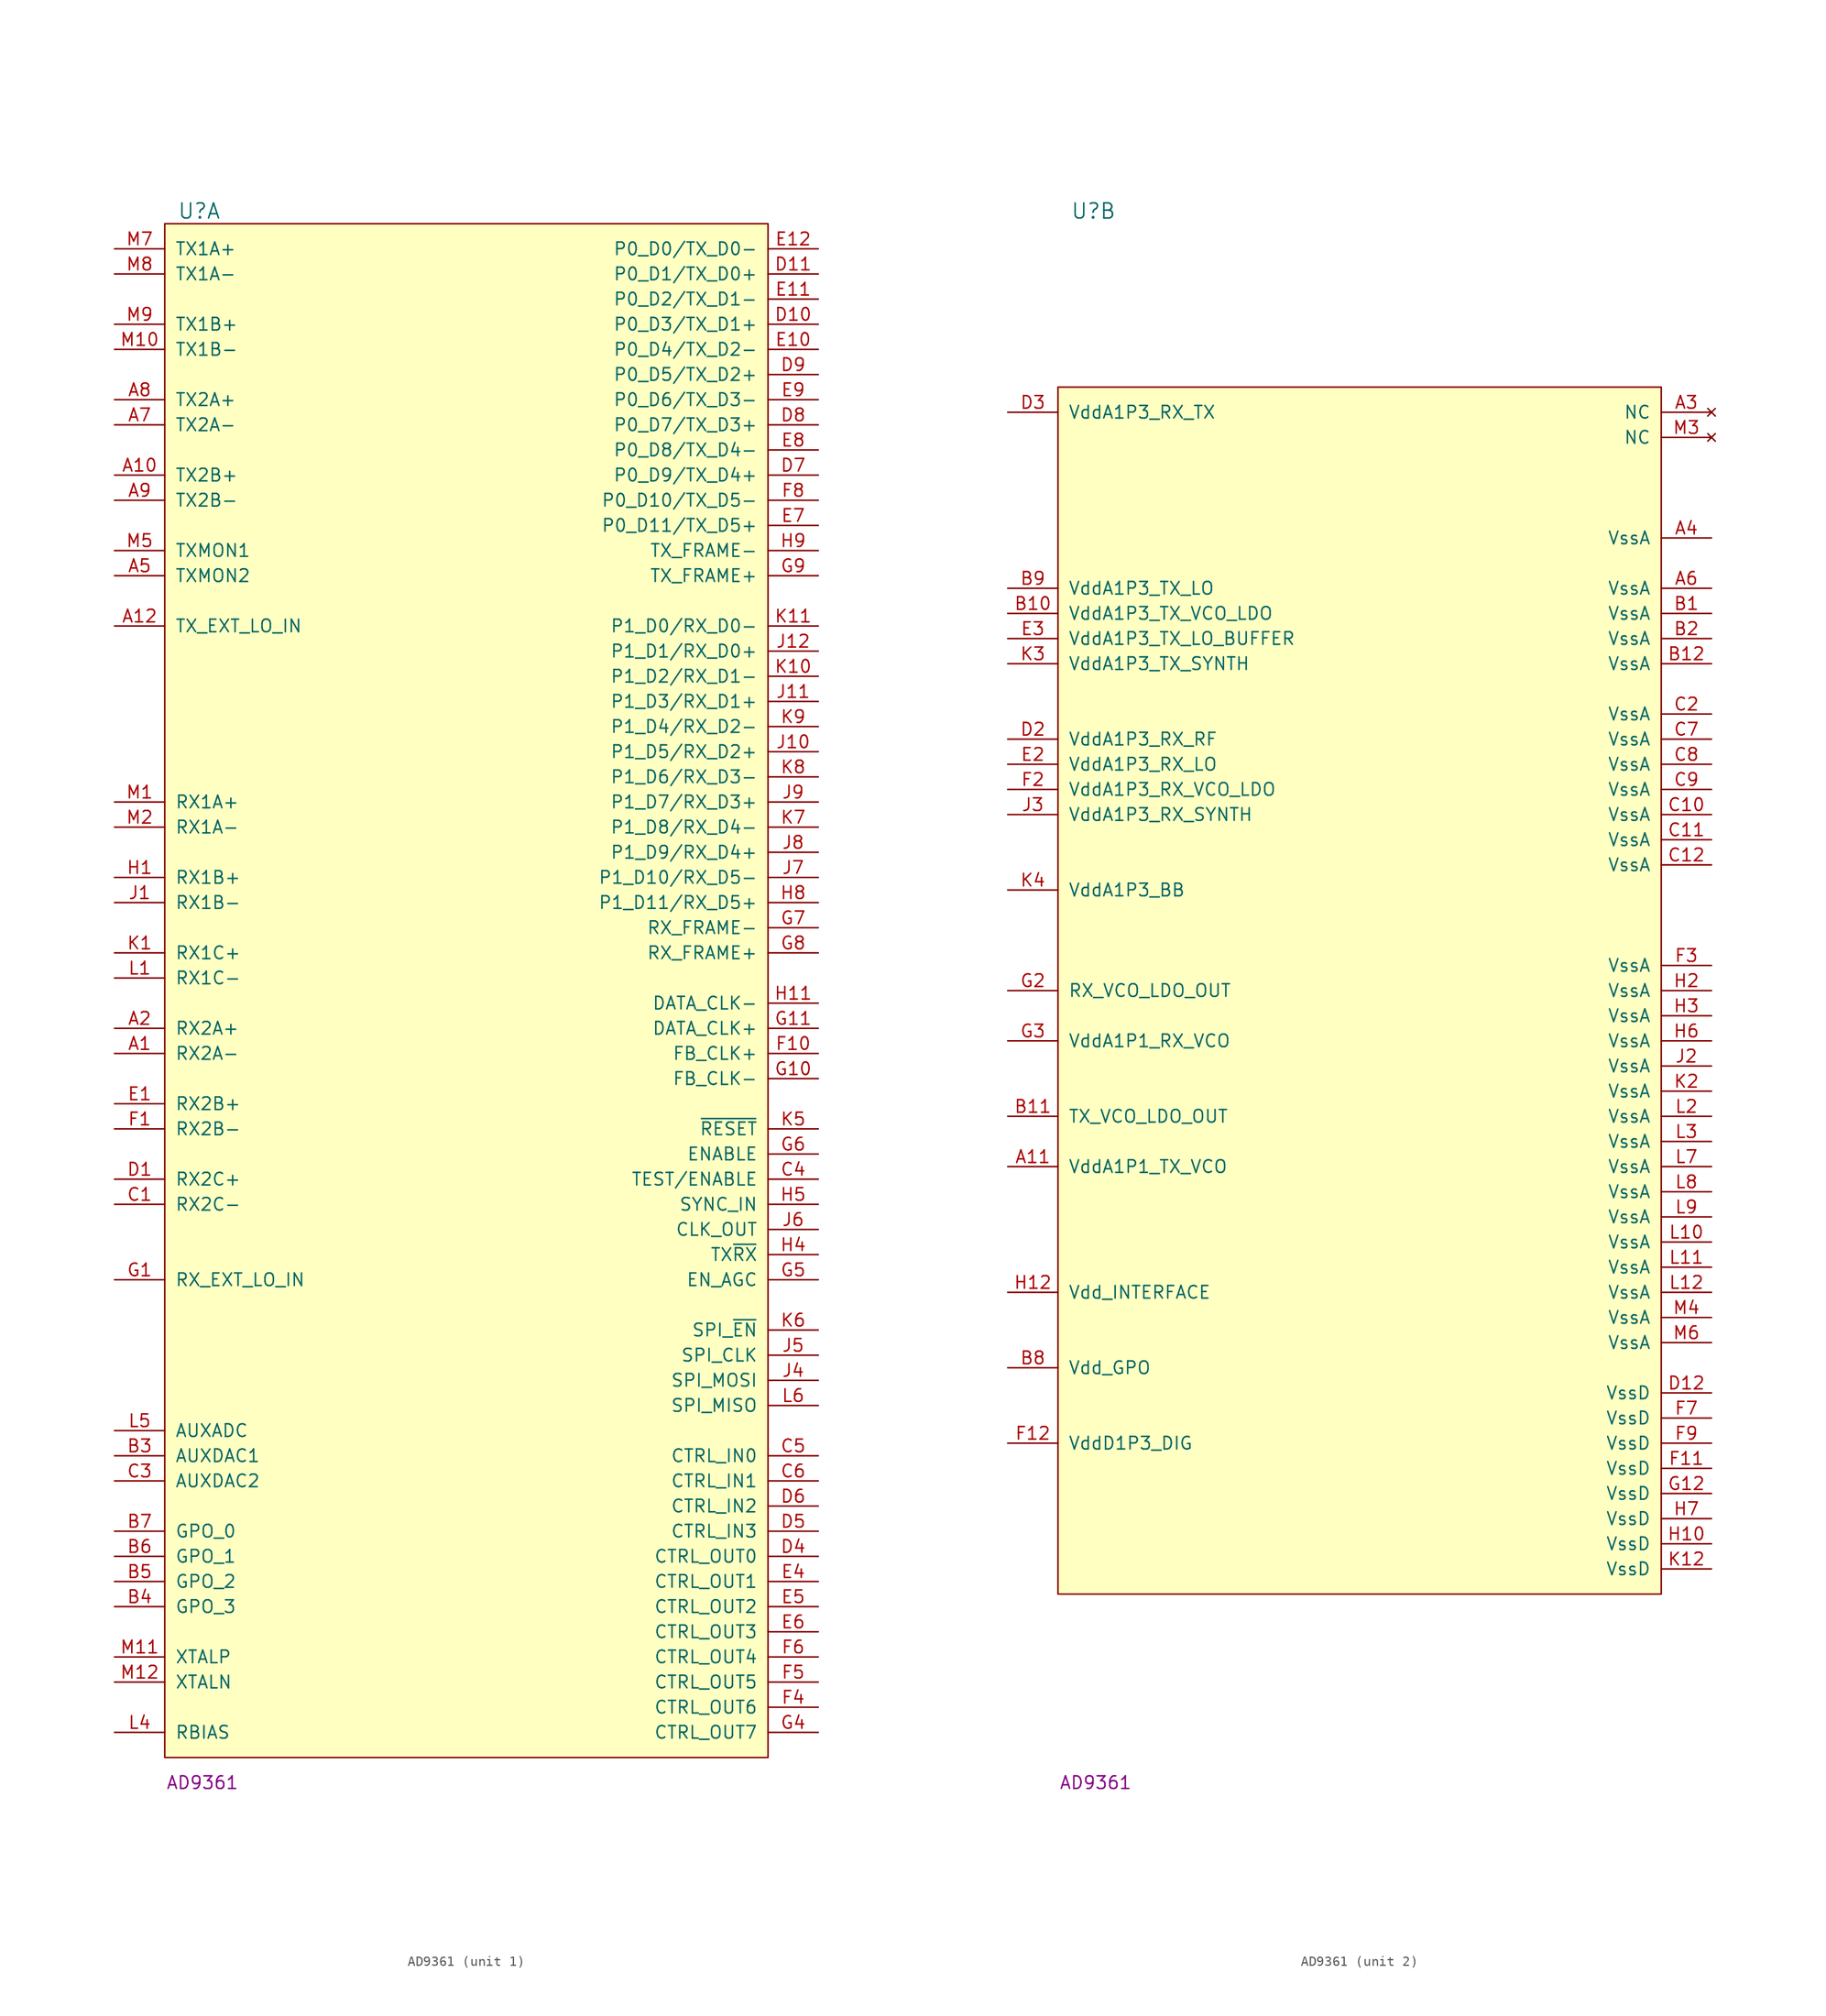
<source format=kicad_sym>
(kicad_symbol_lib
  (version 20211014)
  (generator kicad_symbol_editor)
  (symbol "AD9361"
    (pin_names
      (offset 1.016))
    (property "Reference" "U"
      (at -29.21 78.74 0)
      (effects (font (size 1.524 1.524)) (justify left)))
    (property "Displayed Value" "AD9361"
      (at -26.67 -80.01 0)
      (effects (font (size 1.27 1.27))))
    (property "ki_locked" ""
      (at 0 0 0)
      (effects (font (size 1.27 1.27))))
    (symbol "AD9361_1_1"
      (rectangle (start -30.48 77.47) (end 30.48 -77.47) (stroke (width 0) (type default) (color 0 0 0 0)) (fill (type background)))
      (pin input line (at -35.56 -6.35 0) (length 5.08) (name "RX2A-" (effects (font (size 1.27 1.27)))) (number "A1" (effects (font (size 1.27 1.27)))))
      (pin output line (at -35.56 52.07 0) (length 5.08) (name "TX2B+" (effects (font (size 1.27 1.27)))) (number "A10" (effects (font (size 1.27 1.27)))))
      (pin input line (at -35.56 36.83 0) (length 5.08) (name "TX_EXT_LO_IN" (effects (font (size 1.27 1.27)))) (number "A12" (effects (font (size 1.27 1.27)))))
      (pin input line (at -35.56 -3.81 0) (length 5.08) (name "RX2A+" (effects (font (size 1.27 1.27)))) (number "A2" (effects (font (size 1.27 1.27)))))
      (pin input line (at -35.56 41.91 0) (length 5.08) (name "TXMON2" (effects (font (size 1.27 1.27)))) (number "A5" (effects (font (size 1.27 1.27)))))
      (pin output line (at -35.56 57.15 0) (length 5.08) (name "TX2A-" (effects (font (size 1.27 1.27)))) (number "A7" (effects (font (size 1.27 1.27)))))
      (pin output line (at -35.56 59.69 0) (length 5.08) (name "TX2A+" (effects (font (size 1.27 1.27)))) (number "A8" (effects (font (size 1.27 1.27)))))
      (pin output line (at -35.56 49.53 0) (length 5.08) (name "TX2B-" (effects (font (size 1.27 1.27)))) (number "A9" (effects (font (size 1.27 1.27)))))
      (pin output line (at -35.56 -46.99 0) (length 5.08) (name "AUXDAC1" (effects (font (size 1.27 1.27)))) (number "B3" (effects (font (size 1.27 1.27)))))
      (pin output line (at -35.56 -62.23 0) (length 5.08) (name "GPO_3" (effects (font (size 1.27 1.27)))) (number "B4" (effects (font (size 1.27 1.27)))))
      (pin output line (at -35.56 -59.69 0) (length 5.08) (name "GPO_2" (effects (font (size 1.27 1.27)))) (number "B5" (effects (font (size 1.27 1.27)))))
      (pin output line (at -35.56 -57.15 0) (length 5.08) (name "GPO_1" (effects (font (size 1.27 1.27)))) (number "B6" (effects (font (size 1.27 1.27)))))
      (pin output line (at -35.56 -54.61 0) (length 5.08) (name "GPO_0" (effects (font (size 1.27 1.27)))) (number "B7" (effects (font (size 1.27 1.27)))))
      (pin input line (at -35.56 -21.59 0) (length 5.08) (name "RX2C-" (effects (font (size 1.27 1.27)))) (number "C1" (effects (font (size 1.27 1.27)))))
      (pin output line (at -35.56 -49.53 0) (length 5.08) (name "AUXDAC2" (effects (font (size 1.27 1.27)))) (number "C3" (effects (font (size 1.27 1.27)))))
      (pin input line (at 35.56 -19.05 180) (length 5.08) (name "TEST/ENABLE" (effects (font (size 1.27 1.27)))) (number "C4" (effects (font (size 1.27 1.27)))))
      (pin input line (at 35.56 -46.99 180) (length 5.08) (name "CTRL_IN0" (effects (font (size 1.27 1.27)))) (number "C5" (effects (font (size 1.27 1.27)))))
      (pin input line (at 35.56 -49.53 180) (length 5.08) (name "CTRL_IN1" (effects (font (size 1.27 1.27)))) (number "C6" (effects (font (size 1.27 1.27)))))
      (pin input line (at -35.56 -19.05 0) (length 5.08) (name "RX2C+" (effects (font (size 1.27 1.27)))) (number "D1" (effects (font (size 1.27 1.27)))))
      (pin bidirectional line (at 35.56 67.31 180) (length 5.08) (name "P0_D3/TX_D1+" (effects (font (size 1.27 1.27)))) (number "D10" (effects (font (size 1.27 1.27)))))
      (pin bidirectional line (at 35.56 72.39 180) (length 5.08) (name "P0_D1/TX_D0+" (effects (font (size 1.27 1.27)))) (number "D11" (effects (font (size 1.27 1.27)))))
      (pin output line (at 35.56 -57.15 180) (length 5.08) (name "CTRL_OUT0" (effects (font (size 1.27 1.27)))) (number "D4" (effects (font (size 1.27 1.27)))))
      (pin input line (at 35.56 -54.61 180) (length 5.08) (name "CTRL_IN3" (effects (font (size 1.27 1.27)))) (number "D5" (effects (font (size 1.27 1.27)))))
      (pin input line (at 35.56 -52.07 180) (length 5.08) (name "CTRL_IN2" (effects (font (size 1.27 1.27)))) (number "D6" (effects (font (size 1.27 1.27)))))
      (pin bidirectional line (at 35.56 52.07 180) (length 5.08) (name "P0_D9/TX_D4+" (effects (font (size 1.27 1.27)))) (number "D7" (effects (font (size 1.27 1.27)))))
      (pin bidirectional line (at 35.56 57.15 180) (length 5.08) (name "P0_D7/TX_D3+" (effects (font (size 1.27 1.27)))) (number "D8" (effects (font (size 1.27 1.27)))))
      (pin bidirectional line (at 35.56 62.23 180) (length 5.08) (name "P0_D5/TX_D2+" (effects (font (size 1.27 1.27)))) (number "D9" (effects (font (size 1.27 1.27)))))
      (pin input line (at -35.56 -11.43 0) (length 5.08) (name "RX2B+" (effects (font (size 1.27 1.27)))) (number "E1" (effects (font (size 1.27 1.27)))))
      (pin bidirectional line (at 35.56 64.77 180) (length 5.08) (name "P0_D4/TX_D2-" (effects (font (size 1.27 1.27)))) (number "E10" (effects (font (size 1.27 1.27)))))
      (pin bidirectional line (at 35.56 69.85 180) (length 5.08) (name "P0_D2/TX_D1-" (effects (font (size 1.27 1.27)))) (number "E11" (effects (font (size 1.27 1.27)))))
      (pin bidirectional line (at 35.56 74.93 180) (length 5.08) (name "P0_D0/TX_D0-" (effects (font (size 1.27 1.27)))) (number "E12" (effects (font (size 1.27 1.27)))))
      (pin output line (at 35.56 -59.69 180) (length 5.08) (name "CTRL_OUT1" (effects (font (size 1.27 1.27)))) (number "E4" (effects (font (size 1.27 1.27)))))
      (pin output line (at 35.56 -62.23 180) (length 5.08) (name "CTRL_OUT2" (effects (font (size 1.27 1.27)))) (number "E5" (effects (font (size 1.27 1.27)))))
      (pin output line (at 35.56 -64.77 180) (length 5.08) (name "CTRL_OUT3" (effects (font (size 1.27 1.27)))) (number "E6" (effects (font (size 1.27 1.27)))))
      (pin bidirectional line (at 35.56 46.99 180) (length 5.08) (name "P0_D11/TX_D5+" (effects (font (size 1.27 1.27)))) (number "E7" (effects (font (size 1.27 1.27)))))
      (pin bidirectional line (at 35.56 54.61 180) (length 5.08) (name "P0_D8/TX_D4-" (effects (font (size 1.27 1.27)))) (number "E8" (effects (font (size 1.27 1.27)))))
      (pin bidirectional line (at 35.56 59.69 180) (length 5.08) (name "P0_D6/TX_D3-" (effects (font (size 1.27 1.27)))) (number "E9" (effects (font (size 1.27 1.27)))))
      (pin input line (at -35.56 -13.97 0) (length 5.08) (name "RX2B-" (effects (font (size 1.27 1.27)))) (number "F1" (effects (font (size 1.27 1.27)))))
      (pin input line (at 35.56 -6.35 180) (length 5.08) (name "FB_CLK+" (effects (font (size 1.27 1.27)))) (number "F10" (effects (font (size 1.27 1.27)))))
      (pin output line (at 35.56 -72.39 180) (length 5.08) (name "CTRL_OUT6" (effects (font (size 1.27 1.27)))) (number "F4" (effects (font (size 1.27 1.27)))))
      (pin output line (at 35.56 -69.85 180) (length 5.08) (name "CTRL_OUT5" (effects (font (size 1.27 1.27)))) (number "F5" (effects (font (size 1.27 1.27)))))
      (pin output line (at 35.56 -67.31 180) (length 5.08) (name "CTRL_OUT4" (effects (font (size 1.27 1.27)))) (number "F6" (effects (font (size 1.27 1.27)))))
      (pin bidirectional line (at 35.56 49.53 180) (length 5.08) (name "P0_D10/TX_D5-" (effects (font (size 1.27 1.27)))) (number "F8" (effects (font (size 1.27 1.27)))))
      (pin input line (at -35.56 -29.21 0) (length 5.08) (name "RX_EXT_LO_IN" (effects (font (size 1.27 1.27)))) (number "G1" (effects (font (size 1.27 1.27)))))
      (pin input line (at 35.56 -8.89 180) (length 5.08) (name "FB_CLK-" (effects (font (size 1.27 1.27)))) (number "G10" (effects (font (size 1.27 1.27)))))
      (pin output line (at 35.56 -3.81 180) (length 5.08) (name "DATA_CLK+" (effects (font (size 1.27 1.27)))) (number "G11" (effects (font (size 1.27 1.27)))))
      (pin output line (at 35.56 -74.93 180) (length 5.08) (name "CTRL_OUT7" (effects (font (size 1.27 1.27)))) (number "G4" (effects (font (size 1.27 1.27)))))
      (pin input line (at 35.56 -29.21 180) (length 5.08) (name "EN_AGC" (effects (font (size 1.27 1.27)))) (number "G5" (effects (font (size 1.27 1.27)))))
      (pin input line (at 35.56 -16.51 180) (length 5.08) (name "ENABLE" (effects (font (size 1.27 1.27)))) (number "G6" (effects (font (size 1.27 1.27)))))
      (pin output line (at 35.56 6.35 180) (length 5.08) (name "RX_FRAME-" (effects (font (size 1.27 1.27)))) (number "G7" (effects (font (size 1.27 1.27)))))
      (pin output line (at 35.56 3.81 180) (length 5.08) (name "RX_FRAME+" (effects (font (size 1.27 1.27)))) (number "G8" (effects (font (size 1.27 1.27)))))
      (pin input line (at 35.56 41.91 180) (length 5.08) (name "TX_FRAME+" (effects (font (size 1.27 1.27)))) (number "G9" (effects (font (size 1.27 1.27)))))
      (pin input line (at -35.56 11.43 0) (length 5.08) (name "RX1B+" (effects (font (size 1.27 1.27)))) (number "H1" (effects (font (size 1.27 1.27)))))
      (pin output line (at 35.56 -1.27 180) (length 5.08) (name "DATA_CLK-" (effects (font (size 1.27 1.27)))) (number "H11" (effects (font (size 1.27 1.27)))))
      (pin output line (at 35.56 -26.67 180) (length 5.08) (name "TX~{RX}" (effects (font (size 1.27 1.27)))) (number "H4" (effects (font (size 1.27 1.27)))))
      (pin input line (at 35.56 -21.59 180) (length 5.08) (name "SYNC_IN" (effects (font (size 1.27 1.27)))) (number "H5" (effects (font (size 1.27 1.27)))))
      (pin bidirectional line (at 35.56 8.89 180) (length 5.08) (name "P1_D11/RX_D5+" (effects (font (size 1.27 1.27)))) (number "H8" (effects (font (size 1.27 1.27)))))
      (pin input line (at 35.56 44.45 180) (length 5.08) (name "TX_FRAME-" (effects (font (size 1.27 1.27)))) (number "H9" (effects (font (size 1.27 1.27)))))
      (pin input line (at -35.56 8.89 0) (length 5.08) (name "RX1B-" (effects (font (size 1.27 1.27)))) (number "J1" (effects (font (size 1.27 1.27)))))
      (pin bidirectional line (at 35.56 24.13 180) (length 5.08) (name "P1_D5/RX_D2+" (effects (font (size 1.27 1.27)))) (number "J10" (effects (font (size 1.27 1.27)))))
      (pin bidirectional line (at 35.56 29.21 180) (length 5.08) (name "P1_D3/RX_D1+" (effects (font (size 1.27 1.27)))) (number "J11" (effects (font (size 1.27 1.27)))))
      (pin bidirectional line (at 35.56 34.29 180) (length 5.08) (name "P1_D1/RX_D0+" (effects (font (size 1.27 1.27)))) (number "J12" (effects (font (size 1.27 1.27)))))
      (pin input line (at 35.56 -39.37 180) (length 5.08) (name "SPI_MOSI" (effects (font (size 1.27 1.27)))) (number "J4" (effects (font (size 1.27 1.27)))))
      (pin input line (at 35.56 -36.83 180) (length 5.08) (name "SPI_CLK" (effects (font (size 1.27 1.27)))) (number "J5" (effects (font (size 1.27 1.27)))))
      (pin output line (at 35.56 -24.13 180) (length 5.08) (name "CLK_OUT" (effects (font (size 1.27 1.27)))) (number "J6" (effects (font (size 1.27 1.27)))))
      (pin bidirectional line (at 35.56 11.43 180) (length 5.08) (name "P1_D10/RX_D5-" (effects (font (size 1.27 1.27)))) (number "J7" (effects (font (size 1.27 1.27)))))
      (pin bidirectional line (at 35.56 13.97 180) (length 5.08) (name "P1_D9/RX_D4+" (effects (font (size 1.27 1.27)))) (number "J8" (effects (font (size 1.27 1.27)))))
      (pin bidirectional line (at 35.56 19.05 180) (length 5.08) (name "P1_D7/RX_D3+" (effects (font (size 1.27 1.27)))) (number "J9" (effects (font (size 1.27 1.27)))))
      (pin input line (at -35.56 3.81 0) (length 5.08) (name "RX1C+" (effects (font (size 1.27 1.27)))) (number "K1" (effects (font (size 1.27 1.27)))))
      (pin bidirectional line (at 35.56 31.75 180) (length 5.08) (name "P1_D2/RX_D1-" (effects (font (size 1.27 1.27)))) (number "K10" (effects (font (size 1.27 1.27)))))
      (pin bidirectional line (at 35.56 36.83 180) (length 5.08) (name "P1_D0/RX_D0-" (effects (font (size 1.27 1.27)))) (number "K11" (effects (font (size 1.27 1.27)))))
      (pin input line (at 35.56 -13.97 180) (length 5.08) (name "~{RESET}" (effects (font (size 1.27 1.27)))) (number "K5" (effects (font (size 1.27 1.27)))))
      (pin input line (at 35.56 -34.29 180) (length 5.08) (name "SPI_~{EN}" (effects (font (size 1.27 1.27)))) (number "K6" (effects (font (size 1.27 1.27)))))
      (pin bidirectional line (at 35.56 16.51 180) (length 5.08) (name "P1_D8/RX_D4-" (effects (font (size 1.27 1.27)))) (number "K7" (effects (font (size 1.27 1.27)))))
      (pin bidirectional line (at 35.56 21.59 180) (length 5.08) (name "P1_D6/RX_D3-" (effects (font (size 1.27 1.27)))) (number "K8" (effects (font (size 1.27 1.27)))))
      (pin bidirectional line (at 35.56 26.67 180) (length 5.08) (name "P1_D4/RX_D2-" (effects (font (size 1.27 1.27)))) (number "K9" (effects (font (size 1.27 1.27)))))
      (pin input line (at -35.56 1.27 0) (length 5.08) (name "RX1C-" (effects (font (size 1.27 1.27)))) (number "L1" (effects (font (size 1.27 1.27)))))
      (pin bidirectional line (at -35.56 -74.93 0) (length 5.08) (name "RBIAS" (effects (font (size 1.27 1.27)))) (number "L4" (effects (font (size 1.27 1.27)))))
      (pin input line (at -35.56 -44.45 0) (length 5.08) (name "AUXADC" (effects (font (size 1.27 1.27)))) (number "L5" (effects (font (size 1.27 1.27)))))
      (pin output line (at 35.56 -41.91 180) (length 5.08) (name "SPI_MISO" (effects (font (size 1.27 1.27)))) (number "L6" (effects (font (size 1.27 1.27)))))
      (pin input line (at -35.56 19.05 0) (length 5.08) (name "RX1A+" (effects (font (size 1.27 1.27)))) (number "M1" (effects (font (size 1.27 1.27)))))
      (pin output line (at -35.56 64.77 0) (length 5.08) (name "TX1B-" (effects (font (size 1.27 1.27)))) (number "M10" (effects (font (size 1.27 1.27)))))
      (pin bidirectional line (at -35.56 -67.31 0) (length 5.08) (name "XTALP" (effects (font (size 1.27 1.27)))) (number "M11" (effects (font (size 1.27 1.27)))))
      (pin bidirectional line (at -35.56 -69.85 0) (length 5.08) (name "XTALN" (effects (font (size 1.27 1.27)))) (number "M12" (effects (font (size 1.27 1.27)))))
      (pin input line (at -35.56 16.51 0) (length 5.08) (name "RX1A-" (effects (font (size 1.27 1.27)))) (number "M2" (effects (font (size 1.27 1.27)))))
      (pin input line (at -35.56 44.45 0) (length 5.08) (name "TXMON1" (effects (font (size 1.27 1.27)))) (number "M5" (effects (font (size 1.27 1.27)))))
      (pin output line (at -35.56 74.93 0) (length 5.08) (name "TX1A+" (effects (font (size 1.27 1.27)))) (number "M7" (effects (font (size 1.27 1.27)))))
      (pin output line (at -35.56 72.39 0) (length 5.08) (name "TX1A-" (effects (font (size 1.27 1.27)))) (number "M8" (effects (font (size 1.27 1.27)))))
      (pin output line (at -35.56 67.31 0) (length 5.08) (name "TX1B+" (effects (font (size 1.27 1.27)))) (number "M9" (effects (font (size 1.27 1.27))))))
    (symbol "AD9361_2_1"
      (rectangle (start -30.48 60.96) (end 30.48 -60.96) (stroke (width 0) (type default) (color 0 0 0 0)) (fill (type background)))
      (pin power_in line (at -35.56 -17.78 0) (length 5.08) (name "VddA1P1_TX_VCO" (effects (font (size 1.27 1.27)))) (number "A11" (effects (font (size 1.27 1.27)))))
      (pin no_connect line (at 35.56 58.42 180) (length 5.08) (name "NC" (effects (font (size 1.27 1.27)))) (number "A3" (effects (font (size 1.27 1.27)))))
      (pin power_in line (at 35.56 45.72 180) (length 5.08) (name "VssA" (effects (font (size 1.27 1.27)))) (number "A4" (effects (font (size 1.27 1.27)))))
      (pin power_in line (at 35.56 40.64 180) (length 5.08) (name "VssA" (effects (font (size 1.27 1.27)))) (number "A6" (effects (font (size 1.27 1.27)))))
      (pin power_in line (at 35.56 38.1 180) (length 5.08) (name "VssA" (effects (font (size 1.27 1.27)))) (number "B1" (effects (font (size 1.27 1.27)))))
      (pin power_in line (at -35.56 38.1 0) (length 5.08) (name "VddA1P3_TX_VCO_LDO" (effects (font (size 1.27 1.27)))) (number "B10" (effects (font (size 1.27 1.27)))))
      (pin power_out line (at -35.56 -12.7 0) (length 5.08) (name "TX_VCO_LDO_OUT" (effects (font (size 1.27 1.27)))) (number "B11" (effects (font (size 1.27 1.27)))))
      (pin power_in line (at 35.56 33.02 180) (length 5.08) (name "VssA" (effects (font (size 1.27 1.27)))) (number "B12" (effects (font (size 1.27 1.27)))))
      (pin power_in line (at 35.56 35.56 180) (length 5.08) (name "VssA" (effects (font (size 1.27 1.27)))) (number "B2" (effects (font (size 1.27 1.27)))))
      (pin power_in line (at -35.56 -38.1 0) (length 5.08) (name "Vdd_GPO" (effects (font (size 1.27 1.27)))) (number "B8" (effects (font (size 1.27 1.27)))))
      (pin power_in line (at -35.56 40.64 0) (length 5.08) (name "VddA1P3_TX_LO" (effects (font (size 1.27 1.27)))) (number "B9" (effects (font (size 1.27 1.27)))))
      (pin power_in line (at 35.56 17.78 180) (length 5.08) (name "VssA" (effects (font (size 1.27 1.27)))) (number "C10" (effects (font (size 1.27 1.27)))))
      (pin power_in line (at 35.56 15.24 180) (length 5.08) (name "VssA" (effects (font (size 1.27 1.27)))) (number "C11" (effects (font (size 1.27 1.27)))))
      (pin power_in line (at 35.56 12.7 180) (length 5.08) (name "VssA" (effects (font (size 1.27 1.27)))) (number "C12" (effects (font (size 1.27 1.27)))))
      (pin power_in line (at 35.56 27.94 180) (length 5.08) (name "VssA" (effects (font (size 1.27 1.27)))) (number "C2" (effects (font (size 1.27 1.27)))))
      (pin power_in line (at 35.56 25.4 180) (length 5.08) (name "VssA" (effects (font (size 1.27 1.27)))) (number "C7" (effects (font (size 1.27 1.27)))))
      (pin power_in line (at 35.56 22.86 180) (length 5.08) (name "VssA" (effects (font (size 1.27 1.27)))) (number "C8" (effects (font (size 1.27 1.27)))))
      (pin power_in line (at 35.56 20.32 180) (length 5.08) (name "VssA" (effects (font (size 1.27 1.27)))) (number "C9" (effects (font (size 1.27 1.27)))))
      (pin power_in line (at 35.56 -40.64 180) (length 5.08) (name "VssD" (effects (font (size 1.27 1.27)))) (number "D12" (effects (font (size 1.27 1.27)))))
      (pin power_in line (at -35.56 25.4 0) (length 5.08) (name "VddA1P3_RX_RF" (effects (font (size 1.27 1.27)))) (number "D2" (effects (font (size 1.27 1.27)))))
      (pin power_in line (at -35.56 58.42 0) (length 5.08) (name "VddA1P3_RX_TX" (effects (font (size 1.27 1.27)))) (number "D3" (effects (font (size 1.27 1.27)))))
      (pin power_in line (at -35.56 22.86 0) (length 5.08) (name "VddA1P3_RX_LO" (effects (font (size 1.27 1.27)))) (number "E2" (effects (font (size 1.27 1.27)))))
      (pin power_in line (at -35.56 35.56 0) (length 5.08) (name "VddA1P3_TX_LO_BUFFER" (effects (font (size 1.27 1.27)))) (number "E3" (effects (font (size 1.27 1.27)))))
      (pin power_in line (at 35.56 -48.26 180) (length 5.08) (name "VssD" (effects (font (size 1.27 1.27)))) (number "F11" (effects (font (size 1.27 1.27)))))
      (pin power_in line (at -35.56 -45.72 0) (length 5.08) (name "VddD1P3_DIG" (effects (font (size 1.27 1.27)))) (number "F12" (effects (font (size 1.27 1.27)))))
      (pin power_in line (at -35.56 20.32 0) (length 5.08) (name "VddA1P3_RX_VCO_LDO" (effects (font (size 1.27 1.27)))) (number "F2" (effects (font (size 1.27 1.27)))))
      (pin power_in line (at 35.56 2.54 180) (length 5.08) (name "VssA" (effects (font (size 1.27 1.27)))) (number "F3" (effects (font (size 1.27 1.27)))))
      (pin power_in line (at 35.56 -43.18 180) (length 5.08) (name "VssD" (effects (font (size 1.27 1.27)))) (number "F7" (effects (font (size 1.27 1.27)))))
      (pin power_in line (at 35.56 -45.72 180) (length 5.08) (name "VssD" (effects (font (size 1.27 1.27)))) (number "F9" (effects (font (size 1.27 1.27)))))
      (pin power_in line (at 35.56 -50.8 180) (length 5.08) (name "VssD" (effects (font (size 1.27 1.27)))) (number "G12" (effects (font (size 1.27 1.27)))))
      (pin power_out line (at -35.56 0 0) (length 5.08) (name "RX_VCO_LDO_OUT" (effects (font (size 1.27 1.27)))) (number "G2" (effects (font (size 1.27 1.27)))))
      (pin power_in line (at -35.56 -5.08 0) (length 5.08) (name "VddA1P1_RX_VCO" (effects (font (size 1.27 1.27)))) (number "G3" (effects (font (size 1.27 1.27)))))
      (pin power_in line (at 35.56 -55.88 180) (length 5.08) (name "VssD" (effects (font (size 1.27 1.27)))) (number "H10" (effects (font (size 1.27 1.27)))))
      (pin power_in line (at -35.56 -30.48 0) (length 5.08) (name "Vdd_INTERFACE" (effects (font (size 1.27 1.27)))) (number "H12" (effects (font (size 1.27 1.27)))))
      (pin power_in line (at 35.56 0 180) (length 5.08) (name "VssA" (effects (font (size 1.27 1.27)))) (number "H2" (effects (font (size 1.27 1.27)))))
      (pin power_in line (at 35.56 -2.54 180) (length 5.08) (name "VssA" (effects (font (size 1.27 1.27)))) (number "H3" (effects (font (size 1.27 1.27)))))
      (pin power_in line (at 35.56 -5.08 180) (length 5.08) (name "VssA" (effects (font (size 1.27 1.27)))) (number "H6" (effects (font (size 1.27 1.27)))))
      (pin power_in line (at 35.56 -53.34 180) (length 5.08) (name "VssD" (effects (font (size 1.27 1.27)))) (number "H7" (effects (font (size 1.27 1.27)))))
      (pin power_in line (at 35.56 -7.62 180) (length 5.08) (name "VssA" (effects (font (size 1.27 1.27)))) (number "J2" (effects (font (size 1.27 1.27)))))
      (pin power_in line (at -35.56 17.78 0) (length 5.08) (name "VddA1P3_RX_SYNTH" (effects (font (size 1.27 1.27)))) (number "J3" (effects (font (size 1.27 1.27)))))
      (pin power_in line (at 35.56 -58.42 180) (length 5.08) (name "VssD" (effects (font (size 1.27 1.27)))) (number "K12" (effects (font (size 1.27 1.27)))))
      (pin power_in line (at 35.56 -10.16 180) (length 5.08) (name "VssA" (effects (font (size 1.27 1.27)))) (number "K2" (effects (font (size 1.27 1.27)))))
      (pin power_in line (at -35.56 33.02 0) (length 5.08) (name "VddA1P3_TX_SYNTH" (effects (font (size 1.27 1.27)))) (number "K3" (effects (font (size 1.27 1.27)))))
      (pin power_in line (at -35.56 10.16 0) (length 5.08) (name "VddA1P3_BB" (effects (font (size 1.27 1.27)))) (number "K4" (effects (font (size 1.27 1.27)))))
      (pin power_in line (at 35.56 -25.4 180) (length 5.08) (name "VssA" (effects (font (size 1.27 1.27)))) (number "L10" (effects (font (size 1.27 1.27)))))
      (pin power_in line (at 35.56 -27.94 180) (length 5.08) (name "VssA" (effects (font (size 1.27 1.27)))) (number "L11" (effects (font (size 1.27 1.27)))))
      (pin power_in line (at 35.56 -30.48 180) (length 5.08) (name "VssA" (effects (font (size 1.27 1.27)))) (number "L12" (effects (font (size 1.27 1.27)))))
      (pin power_in line (at 35.56 -12.7 180) (length 5.08) (name "VssA" (effects (font (size 1.27 1.27)))) (number "L2" (effects (font (size 1.27 1.27)))))
      (pin power_in line (at 35.56 -15.24 180) (length 5.08) (name "VssA" (effects (font (size 1.27 1.27)))) (number "L3" (effects (font (size 1.27 1.27)))))
      (pin power_in line (at 35.56 -17.78 180) (length 5.08) (name "VssA" (effects (font (size 1.27 1.27)))) (number "L7" (effects (font (size 1.27 1.27)))))
      (pin power_in line (at 35.56 -20.32 180) (length 5.08) (name "VssA" (effects (font (size 1.27 1.27)))) (number "L8" (effects (font (size 1.27 1.27)))))
      (pin power_in line (at 35.56 -22.86 180) (length 5.08) (name "VssA" (effects (font (size 1.27 1.27)))) (number "L9" (effects (font (size 1.27 1.27)))))
      (pin no_connect line (at 35.56 55.88 180) (length 5.08) (name "NC" (effects (font (size 1.27 1.27)))) (number "M3" (effects (font (size 1.27 1.27)))))
      (pin power_in line (at 35.56 -33.02 180) (length 5.08) (name "VssA" (effects (font (size 1.27 1.27)))) (number "M4" (effects (font (size 1.27 1.27)))))
      (pin power_in line (at 35.56 -35.56 180) (length 5.08) (name "VssA" (effects (font (size 1.27 1.27)))) (number "M6" (effects (font (size 1.27 1.27))))))))
</source>
